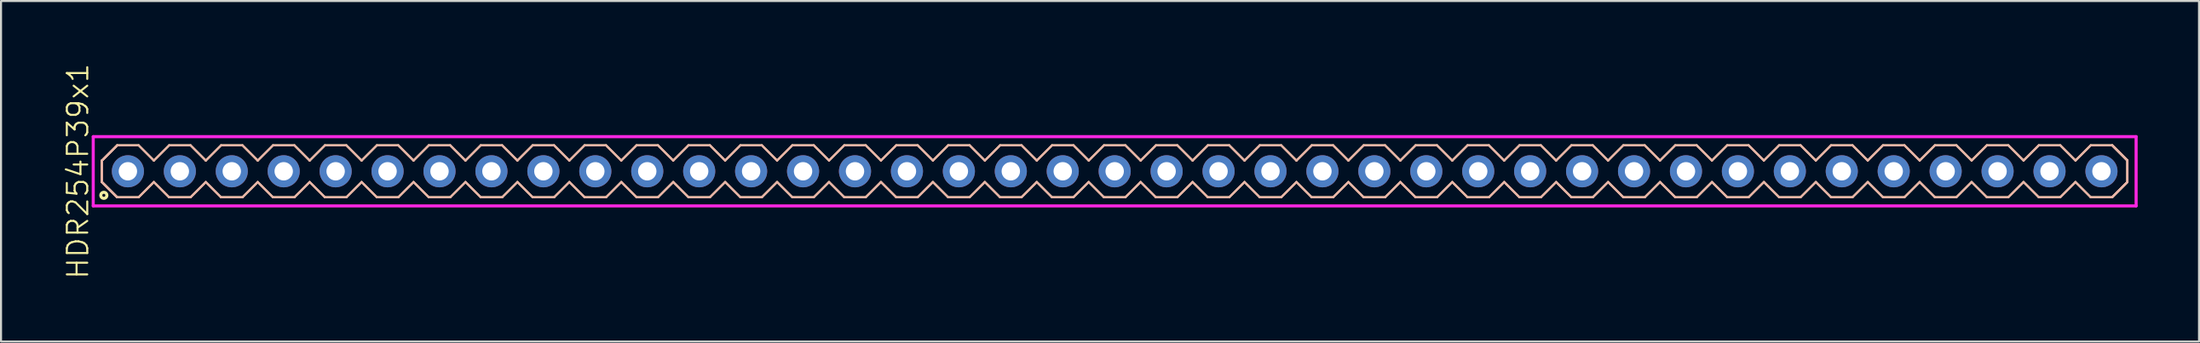
<source format=kicad_pcb>
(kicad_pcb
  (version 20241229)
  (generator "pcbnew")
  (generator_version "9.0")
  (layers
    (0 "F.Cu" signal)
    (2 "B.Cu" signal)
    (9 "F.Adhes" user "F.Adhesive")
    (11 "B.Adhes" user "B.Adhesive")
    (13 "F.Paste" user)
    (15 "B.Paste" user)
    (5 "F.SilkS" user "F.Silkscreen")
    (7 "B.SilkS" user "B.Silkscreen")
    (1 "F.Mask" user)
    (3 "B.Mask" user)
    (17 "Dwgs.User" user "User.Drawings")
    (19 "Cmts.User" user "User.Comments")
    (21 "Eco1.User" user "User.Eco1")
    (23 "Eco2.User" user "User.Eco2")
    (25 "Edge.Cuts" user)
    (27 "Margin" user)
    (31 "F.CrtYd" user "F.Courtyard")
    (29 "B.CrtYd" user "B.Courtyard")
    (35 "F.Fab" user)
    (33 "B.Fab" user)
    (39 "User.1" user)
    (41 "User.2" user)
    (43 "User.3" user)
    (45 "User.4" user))
  (footprint "HDR254P39x1"
    (layer "F.Cu")
    (at 51.465 5.336)
    (property "Reference" "HDR254P39x1" (at -50.705 0 90) (layer "F.SilkS") (effects (font (size 1 1) (thickness 0.1))))
    (attr through_hole)
    (fp_line (start -49.53 -0.526) (end -48.786 -1.27) (stroke (width 0.1) (type solid)) (layer "F.SilkS"))
    (fp_line (start -49.53 -0.526) (end -48.786 -1.27) (stroke (width 0.1) (type solid)) (layer "F.SilkS"))
    (fp_line (start -49.53 0.526) (end -49.53 -0.526) (stroke (width 0.1) (type solid)) (layer "F.SilkS"))
    (fp_line (start -49.53 0.526) (end -49.53 -0.526) (stroke (width 0.1) (type solid)) (layer "F.SilkS"))
    (fp_line (start -48.786 -1.27) (end -47.734 -1.27) (stroke (width 0.1) (type solid)) (layer "F.SilkS"))
    (fp_line (start -48.786 1.27) (end -49.53 0.526) (stroke (width 0.1) (type solid)) (layer "F.SilkS"))
    (fp_line (start -48.786 1.27) (end -49.53 0.526) (stroke (width 0.1) (type solid)) (layer "F.SilkS"))
    (fp_line (start -47.734 -1.27) (end -46.99 -0.526) (stroke (width 0.1) (type solid)) (layer "F.SilkS"))
    (fp_line (start -47.734 1.27) (end -48.786 1.27) (stroke (width 0.1) (type solid)) (layer "F.SilkS"))
    (fp_line (start -46.99 -0.526) (end -46.246 -1.27) (stroke (width 0.1) (type solid)) (layer "F.SilkS"))
    (fp_line (start -46.99 0.526) (end -47.734 1.27) (stroke (width 0.1) (type solid)) (layer "F.SilkS"))
    (fp_line (start -46.246 -1.27) (end -45.194 -1.27) (stroke (width 0.1) (type solid)) (layer "F.SilkS"))
    (fp_line (start -46.246 1.27) (end -46.99 0.526) (stroke (width 0.1) (type solid)) (layer "F.SilkS"))
    (fp_line (start -45.194 -1.27) (end -44.45 -0.526) (stroke (width 0.1) (type solid)) (layer "F.SilkS"))
    (fp_line (start -45.194 1.27) (end -46.246 1.27) (stroke (width 0.1) (type solid)) (layer "F.SilkS"))
    (fp_line (start -44.45 -0.526) (end -43.706 -1.27) (stroke (width 0.1) (type solid)) (layer "F.SilkS"))
    (fp_line (start -44.45 0.526) (end -45.194 1.27) (stroke (width 0.1) (type solid)) (layer "F.SilkS"))
    (fp_line (start -43.706 -1.27) (end -42.654 -1.27) (stroke (width 0.1) (type solid)) (layer "F.SilkS"))
    (fp_line (start -43.706 1.27) (end -44.45 0.526) (stroke (width 0.1) (type solid)) (layer "F.SilkS"))
    (fp_line (start -42.654 -1.27) (end -41.91 -0.526) (stroke (width 0.1) (type solid)) (layer "F.SilkS"))
    (fp_line (start -42.654 1.27) (end -43.706 1.27) (stroke (width 0.1) (type solid)) (layer "F.SilkS"))
    (fp_line (start -41.91 -0.526) (end -41.166 -1.27) (stroke (width 0.1) (type solid)) (layer "F.SilkS"))
    (fp_line (start -41.91 0.526) (end -42.654 1.27) (stroke (width 0.1) (type solid)) (layer "F.SilkS"))
    (fp_line (start -41.166 -1.27) (end -40.114 -1.27) (stroke (width 0.1) (type solid)) (layer "F.SilkS"))
    (fp_line (start -41.166 1.27) (end -41.91 0.526) (stroke (width 0.1) (type solid)) (layer "F.SilkS"))
    (fp_line (start -40.114 -1.27) (end -39.37 -0.526) (stroke (width 0.1) (type solid)) (layer "F.SilkS"))
    (fp_line (start -40.114 1.27) (end -41.166 1.27) (stroke (width 0.1) (type solid)) (layer "F.SilkS"))
    (fp_line (start -39.37 -0.526) (end -38.626 -1.27) (stroke (width 0.1) (type solid)) (layer "F.SilkS"))
    (fp_line (start -39.37 0.526) (end -40.114 1.27) (stroke (width 0.1) (type solid)) (layer "F.SilkS"))
    (fp_line (start -38.626 -1.27) (end -37.574 -1.27) (stroke (width 0.1) (type solid)) (layer "F.SilkS"))
    (fp_line (start -38.626 1.27) (end -39.37 0.526) (stroke (width 0.1) (type solid)) (layer "F.SilkS"))
    (fp_line (start -37.574 -1.27) (end -36.83 -0.526) (stroke (width 0.1) (type solid)) (layer "F.SilkS"))
    (fp_line (start -37.574 1.27) (end -38.626 1.27) (stroke (width 0.1) (type solid)) (layer "F.SilkS"))
    (fp_line (start -36.83 -0.526) (end -36.086 -1.27) (stroke (width 0.1) (type solid)) (layer "F.SilkS"))
    (fp_line (start -36.83 0.526) (end -37.574 1.27) (stroke (width 0.1) (type solid)) (layer "F.SilkS"))
    (fp_line (start -36.086 -1.27) (end -35.034 -1.27) (stroke (width 0.1) (type solid)) (layer "F.SilkS"))
    (fp_line (start -36.086 1.27) (end -36.83 0.526) (stroke (width 0.1) (type solid)) (layer "F.SilkS"))
    (fp_line (start -35.034 -1.27) (end -34.29 -0.526) (stroke (width 0.1) (type solid)) (layer "F.SilkS"))
    (fp_line (start -35.034 1.27) (end -36.086 1.27) (stroke (width 0.1) (type solid)) (layer "F.SilkS"))
    (fp_line (start -34.29 -0.526) (end -33.546 -1.27) (stroke (width 0.1) (type solid)) (layer "F.SilkS"))
    (fp_line (start -34.29 0.526) (end -35.034 1.27) (stroke (width 0.1) (type solid)) (layer "F.SilkS"))
    (fp_line (start -33.546 -1.27) (end -32.494 -1.27) (stroke (width 0.1) (type solid)) (layer "F.SilkS"))
    (fp_line (start -33.546 1.27) (end -34.29 0.526) (stroke (width 0.1) (type solid)) (layer "F.SilkS"))
    (fp_line (start -32.494 -1.27) (end -31.75 -0.526) (stroke (width 0.1) (type solid)) (layer "F.SilkS"))
    (fp_line (start -32.494 1.27) (end -33.546 1.27) (stroke (width 0.1) (type solid)) (layer "F.SilkS"))
    (fp_line (start -31.75 -0.526) (end -31.006 -1.27) (stroke (width 0.1) (type solid)) (layer "F.SilkS"))
    (fp_line (start -31.75 0.526) (end -32.494 1.27) (stroke (width 0.1) (type solid)) (layer "F.SilkS"))
    (fp_line (start -31.006 -1.27) (end -29.954 -1.27) (stroke (width 0.1) (type solid)) (layer "F.SilkS"))
    (fp_line (start -31.006 1.27) (end -31.75 0.526) (stroke (width 0.1) (type solid)) (layer "F.SilkS"))
    (fp_line (start -29.954 -1.27) (end -29.21 -0.526) (stroke (width 0.1) (type solid)) (layer "F.SilkS"))
    (fp_line (start -29.954 1.27) (end -31.006 1.27) (stroke (width 0.1) (type solid)) (layer "F.SilkS"))
    (fp_line (start -29.21 -0.526) (end -28.466 -1.27) (stroke (width 0.1) (type solid)) (layer "F.SilkS"))
    (fp_line (start -29.21 0.526) (end -29.954 1.27) (stroke (width 0.1) (type solid)) (layer "F.SilkS"))
    (fp_line (start -28.466 -1.27) (end -27.414 -1.27) (stroke (width 0.1) (type solid)) (layer "F.SilkS"))
    (fp_line (start -28.466 1.27) (end -29.21 0.526) (stroke (width 0.1) (type solid)) (layer "F.SilkS"))
    (fp_line (start -27.414 -1.27) (end -26.67 -0.526) (stroke (width 0.1) (type solid)) (layer "F.SilkS"))
    (fp_line (start -27.414 1.27) (end -28.466 1.27) (stroke (width 0.1) (type solid)) (layer "F.SilkS"))
    (fp_line (start -26.67 -0.526) (end -25.926 -1.27) (stroke (width 0.1) (type solid)) (layer "F.SilkS"))
    (fp_line (start -26.67 0.526) (end -27.414 1.27) (stroke (width 0.1) (type solid)) (layer "F.SilkS"))
    (fp_line (start -25.926 -1.27) (end -24.874 -1.27) (stroke (width 0.1) (type solid)) (layer "F.SilkS"))
    (fp_line (start -25.926 1.27) (end -26.67 0.526) (stroke (width 0.1) (type solid)) (layer "F.SilkS"))
    (fp_line (start -24.874 -1.27) (end -24.13 -0.526) (stroke (width 0.1) (type solid)) (layer "F.SilkS"))
    (fp_line (start -24.874 1.27) (end -25.926 1.27) (stroke (width 0.1) (type solid)) (layer "F.SilkS"))
    (fp_line (start -24.13 -0.526) (end -23.386 -1.27) (stroke (width 0.1) (type solid)) (layer "F.SilkS"))
    (fp_line (start -24.13 0.526) (end -24.874 1.27) (stroke (width 0.1) (type solid)) (layer "F.SilkS"))
    (fp_line (start -23.386 -1.27) (end -22.334 -1.27) (stroke (width 0.1) (type solid)) (layer "F.SilkS"))
    (fp_line (start -23.386 1.27) (end -24.13 0.526) (stroke (width 0.1) (type solid)) (layer "F.SilkS"))
    (fp_line (start -22.334 -1.27) (end -21.59 -0.526) (stroke (width 0.1) (type solid)) (layer "F.SilkS"))
    (fp_line (start -22.334 1.27) (end -23.386 1.27) (stroke (width 0.1) (type solid)) (layer "F.SilkS"))
    (fp_line (start -21.59 -0.526) (end -20.846 -1.27) (stroke (width 0.1) (type solid)) (layer "F.SilkS"))
    (fp_line (start -21.59 0.526) (end -22.334 1.27) (stroke (width 0.1) (type solid)) (layer "F.SilkS"))
    (fp_line (start -20.846 -1.27) (end -19.794 -1.27) (stroke (width 0.1) (type solid)) (layer "F.SilkS"))
    (fp_line (start -20.846 1.27) (end -21.59 0.526) (stroke (width 0.1) (type solid)) (layer "F.SilkS"))
    (fp_line (start -19.794 -1.27) (end -19.05 -0.526) (stroke (width 0.1) (type solid)) (layer "F.SilkS"))
    (fp_line (start -19.794 1.27) (end -20.846 1.27) (stroke (width 0.1) (type solid)) (layer "F.SilkS"))
    (fp_line (start -19.05 -0.526) (end -18.306 -1.27) (stroke (width 0.1) (type solid)) (layer "F.SilkS"))
    (fp_line (start -19.05 0.526) (end -19.794 1.27) (stroke (width 0.1) (type solid)) (layer "F.SilkS"))
    (fp_line (start -18.306 -1.27) (end -17.254 -1.27) (stroke (width 0.1) (type solid)) (layer "F.SilkS"))
    (fp_line (start -18.306 1.27) (end -19.05 0.526) (stroke (width 0.1) (type solid)) (layer "F.SilkS"))
    (fp_line (start -17.254 -1.27) (end -16.51 -0.526) (stroke (width 0.1) (type solid)) (layer "F.SilkS"))
    (fp_line (start -17.254 1.27) (end -18.306 1.27) (stroke (width 0.1) (type solid)) (layer "F.SilkS"))
    (fp_line (start -16.51 -0.526) (end -15.766 -1.27) (stroke (width 0.1) (type solid)) (layer "F.SilkS"))
    (fp_line (start -16.51 0.526) (end -17.254 1.27) (stroke (width 0.1) (type solid)) (layer "F.SilkS"))
    (fp_line (start -15.766 -1.27) (end -14.714 -1.27) (stroke (width 0.1) (type solid)) (layer "F.SilkS"))
    (fp_line (start -15.766 1.27) (end -16.51 0.526) (stroke (width 0.1) (type solid)) (layer "F.SilkS"))
    (fp_line (start -14.714 -1.27) (end -13.97 -0.526) (stroke (width 0.1) (type solid)) (layer "F.SilkS"))
    (fp_line (start -14.714 1.27) (end -15.766 1.27) (stroke (width 0.1) (type solid)) (layer "F.SilkS"))
    (fp_line (start -13.97 -0.526) (end -13.226 -1.27) (stroke (width 0.1) (type solid)) (layer "F.SilkS"))
    (fp_line (start -13.97 0.526) (end -14.714 1.27) (stroke (width 0.1) (type solid)) (layer "F.SilkS"))
    (fp_line (start -13.226 -1.27) (end -12.174 -1.27) (stroke (width 0.1) (type solid)) (layer "F.SilkS"))
    (fp_line (start -13.226 1.27) (end -13.97 0.526) (stroke (width 0.1) (type solid)) (layer "F.SilkS"))
    (fp_line (start -12.174 -1.27) (end -11.43 -0.526) (stroke (width 0.1) (type solid)) (layer "F.SilkS"))
    (fp_line (start -12.174 1.27) (end -13.226 1.27) (stroke (width 0.1) (type solid)) (layer "F.SilkS"))
    (fp_line (start -11.43 -0.526) (end -10.686 -1.27) (stroke (width 0.1) (type solid)) (layer "F.SilkS"))
    (fp_line (start -11.43 0.526) (end -12.174 1.27) (stroke (width 0.1) (type solid)) (layer "F.SilkS"))
    (fp_line (start -10.686 -1.27) (end -9.634 -1.27) (stroke (width 0.1) (type solid)) (layer "F.SilkS"))
    (fp_line (start -10.686 1.27) (end -11.43 0.526) (stroke (width 0.1) (type solid)) (layer "F.SilkS"))
    (fp_line (start -9.634 -1.27) (end -8.89 -0.526) (stroke (width 0.1) (type solid)) (layer "F.SilkS"))
    (fp_line (start -9.634 1.27) (end -10.686 1.27) (stroke (width 0.1) (type solid)) (layer "F.SilkS"))
    (fp_line (start -8.89 -0.526) (end -8.146 -1.27) (stroke (width 0.1) (type solid)) (layer "F.SilkS"))
    (fp_line (start -8.89 0.526) (end -9.634 1.27) (stroke (width 0.1) (type solid)) (layer "F.SilkS"))
    (fp_line (start -8.146 -1.27) (end -7.094 -1.27) (stroke (width 0.1) (type solid)) (layer "F.SilkS"))
    (fp_line (start -8.146 1.27) (end -8.89 0.526) (stroke (width 0.1) (type solid)) (layer "F.SilkS"))
    (fp_line (start -7.094 -1.27) (end -6.35 -0.526) (stroke (width 0.1) (type solid)) (layer "F.SilkS"))
    (fp_line (start -7.094 1.27) (end -8.146 1.27) (stroke (width 0.1) (type solid)) (layer "F.SilkS"))
    (fp_line (start -6.35 -0.526) (end -5.606 -1.27) (stroke (width 0.1) (type solid)) (layer "F.SilkS"))
    (fp_line (start -6.35 0.526) (end -7.094 1.27) (stroke (width 0.1) (type solid)) (layer "F.SilkS"))
    (fp_line (start -5.606 -1.27) (end -4.554 -1.27) (stroke (width 0.1) (type solid)) (layer "F.SilkS"))
    (fp_line (start -5.606 1.27) (end -6.35 0.526) (stroke (width 0.1) (type solid)) (layer "F.SilkS"))
    (fp_line (start -4.554 -1.27) (end -3.81 -0.526) (stroke (width 0.1) (type solid)) (layer "F.SilkS"))
    (fp_line (start -4.554 1.27) (end -5.606 1.27) (stroke (width 0.1) (type solid)) (layer "F.SilkS"))
    (fp_line (start -3.81 -0.526) (end -3.066 -1.27) (stroke (width 0.1) (type solid)) (layer "F.SilkS"))
    (fp_line (start -3.81 0.526) (end -4.554 1.27) (stroke (width 0.1) (type solid)) (layer "F.SilkS"))
    (fp_line (start -3.066 -1.27) (end -2.014 -1.27) (stroke (width 0.1) (type solid)) (layer "F.SilkS"))
    (fp_line (start -3.066 1.27) (end -3.81 0.526) (stroke (width 0.1) (type solid)) (layer "F.SilkS"))
    (fp_line (start -2.014 -1.27) (end -1.27 -0.526) (stroke (width 0.1) (type solid)) (layer "F.SilkS"))
    (fp_line (start -2.014 1.27) (end -3.066 1.27) (stroke (width 0.1) (type solid)) (layer "F.SilkS"))
    (fp_line (start -1.27 -0.526) (end -0.526 -1.27) (stroke (width 0.1) (type solid)) (layer "F.SilkS"))
    (fp_line (start -1.27 0.526) (end -2.014 1.27) (stroke (width 0.1) (type solid)) (layer "F.SilkS"))
    (fp_line (start -0.526 -1.27) (end 0.526 -1.27) (stroke (width 0.1) (type solid)) (layer "F.SilkS"))
    (fp_line (start -0.526 1.27) (end -1.27 0.526) (stroke (width 0.1) (type solid)) (layer "F.SilkS"))
    (fp_line (start 0.526 -1.27) (end 1.27 -0.526) (stroke (width 0.1) (type solid)) (layer "F.SilkS"))
    (fp_line (start 0.526 1.27) (end -0.526 1.27) (stroke (width 0.1) (type solid)) (layer "F.SilkS"))
    (fp_line (start 1.27 -0.526) (end 2.014 -1.27) (stroke (width 0.1) (type solid)) (layer "F.SilkS"))
    (fp_line (start 1.27 0.526) (end 0.526 1.27) (stroke (width 0.1) (type solid)) (layer "F.SilkS"))
    (fp_line (start 2.014 -1.27) (end 3.066 -1.27) (stroke (width 0.1) (type solid)) (layer "F.SilkS"))
    (fp_line (start 2.014 1.27) (end 1.27 0.526) (stroke (width 0.1) (type solid)) (layer "F.SilkS"))
    (fp_line (start 3.066 -1.27) (end 3.81 -0.526) (stroke (width 0.1) (type solid)) (layer "F.SilkS"))
    (fp_line (start 3.066 1.27) (end 2.014 1.27) (stroke (width 0.1) (type solid)) (layer "F.SilkS"))
    (fp_line (start 3.81 -0.526) (end 4.554 -1.27) (stroke (width 0.1) (type solid)) (layer "F.SilkS"))
    (fp_line (start 3.81 0.526) (end 3.066 1.27) (stroke (width 0.1) (type solid)) (layer "F.SilkS"))
    (fp_line (start 4.554 -1.27) (end 5.606 -1.27) (stroke (width 0.1) (type solid)) (layer "F.SilkS"))
    (fp_line (start 4.554 1.27) (end 3.81 0.526) (stroke (width 0.1) (type solid)) (layer "F.SilkS"))
    (fp_line (start 5.606 -1.27) (end 6.35 -0.526) (stroke (width 0.1) (type solid)) (layer "F.SilkS"))
    (fp_line (start 5.606 1.27) (end 4.554 1.27) (stroke (width 0.1) (type solid)) (layer "F.SilkS"))
    (fp_line (start 6.35 -0.526) (end 7.094 -1.27) (stroke (width 0.1) (type solid)) (layer "F.SilkS"))
    (fp_line (start 6.35 0.526) (end 5.606 1.27) (stroke (width 0.1) (type solid)) (layer "F.SilkS"))
    (fp_line (start 7.094 -1.27) (end 8.146 -1.27) (stroke (width 0.1) (type solid)) (layer "F.SilkS"))
    (fp_line (start 7.094 1.27) (end 6.35 0.526) (stroke (width 0.1) (type solid)) (layer "F.SilkS"))
    (fp_line (start 8.146 -1.27) (end 8.89 -0.526) (stroke (width 0.1) (type solid)) (layer "F.SilkS"))
    (fp_line (start 8.146 1.27) (end 7.094 1.27) (stroke (width 0.1) (type solid)) (layer "F.SilkS"))
    (fp_line (start 8.89 -0.526) (end 9.634 -1.27) (stroke (width 0.1) (type solid)) (layer "F.SilkS"))
    (fp_line (start 8.89 0.526) (end 8.146 1.27) (stroke (width 0.1) (type solid)) (layer "F.SilkS"))
    (fp_line (start 9.634 -1.27) (end 10.686 -1.27) (stroke (width 0.1) (type solid)) (layer "F.SilkS"))
    (fp_line (start 9.634 1.27) (end 8.89 0.526) (stroke (width 0.1) (type solid)) (layer "F.SilkS"))
    (fp_line (start 10.686 -1.27) (end 11.43 -0.526) (stroke (width 0.1) (type solid)) (layer "F.SilkS"))
    (fp_line (start 10.686 1.27) (end 9.634 1.27) (stroke (width 0.1) (type solid)) (layer "F.SilkS"))
    (fp_line (start 11.43 -0.526) (end 12.174 -1.27) (stroke (width 0.1) (type solid)) (layer "F.SilkS"))
    (fp_line (start 11.43 0.526) (end 10.686 1.27) (stroke (width 0.1) (type solid)) (layer "F.SilkS"))
    (fp_line (start 12.174 -1.27) (end 13.226 -1.27) (stroke (width 0.1) (type solid)) (layer "F.SilkS"))
    (fp_line (start 12.174 1.27) (end 11.43 0.526) (stroke (width 0.1) (type solid)) (layer "F.SilkS"))
    (fp_line (start 13.226 -1.27) (end 13.97 -0.526) (stroke (width 0.1) (type solid)) (layer "F.SilkS"))
    (fp_line (start 13.226 1.27) (end 12.174 1.27) (stroke (width 0.1) (type solid)) (layer "F.SilkS"))
    (fp_line (start 13.97 -0.526) (end 14.714 -1.27) (stroke (width 0.1) (type solid)) (layer "F.SilkS"))
    (fp_line (start 13.97 0.526) (end 13.226 1.27) (stroke (width 0.1) (type solid)) (layer "F.SilkS"))
    (fp_line (start 14.714 -1.27) (end 15.766 -1.27) (stroke (width 0.1) (type solid)) (layer "F.SilkS"))
    (fp_line (start 14.714 1.27) (end 13.97 0.526) (stroke (width 0.1) (type solid)) (layer "F.SilkS"))
    (fp_line (start 15.766 -1.27) (end 16.51 -0.526) (stroke (width 0.1) (type solid)) (layer "F.SilkS"))
    (fp_line (start 15.766 1.27) (end 14.714 1.27) (stroke (width 0.1) (type solid)) (layer "F.SilkS"))
    (fp_line (start 16.51 -0.526) (end 17.254 -1.27) (stroke (width 0.1) (type solid)) (layer "F.SilkS"))
    (fp_line (start 16.51 0.526) (end 15.766 1.27) (stroke (width 0.1) (type solid)) (layer "F.SilkS"))
    (fp_line (start 17.254 -1.27) (end 18.306 -1.27) (stroke (width 0.1) (type solid)) (layer "F.SilkS"))
    (fp_line (start 17.254 1.27) (end 16.51 0.526) (stroke (width 0.1) (type solid)) (layer "F.SilkS"))
    (fp_line (start 18.306 -1.27) (end 19.05 -0.526) (stroke (width 0.1) (type solid)) (layer "F.SilkS"))
    (fp_line (start 18.306 1.27) (end 17.254 1.27) (stroke (width 0.1) (type solid)) (layer "F.SilkS"))
    (fp_line (start 19.05 -0.526) (end 19.794 -1.27) (stroke (width 0.1) (type solid)) (layer "F.SilkS"))
    (fp_line (start 19.05 0.526) (end 18.306 1.27) (stroke (width 0.1) (type solid)) (layer "F.SilkS"))
    (fp_line (start 19.794 -1.27) (end 20.846 -1.27) (stroke (width 0.1) (type solid)) (layer "F.SilkS"))
    (fp_line (start 19.794 1.27) (end 19.05 0.526) (stroke (width 0.1) (type solid)) (layer "F.SilkS"))
    (fp_line (start 20.846 -1.27) (end 21.59 -0.526) (stroke (width 0.1) (type solid)) (layer "F.SilkS"))
    (fp_line (start 20.846 1.27) (end 19.794 1.27) (stroke (width 0.1) (type solid)) (layer "F.SilkS"))
    (fp_line (start 21.59 -0.526) (end 22.334 -1.27) (stroke (width 0.1) (type solid)) (layer "F.SilkS"))
    (fp_line (start 21.59 0.526) (end 20.846 1.27) (stroke (width 0.1) (type solid)) (layer "F.SilkS"))
    (fp_line (start 22.334 -1.27) (end 23.386 -1.27) (stroke (width 0.1) (type solid)) (layer "F.SilkS"))
    (fp_line (start 22.334 1.27) (end 21.59 0.526) (stroke (width 0.1) (type solid)) (layer "F.SilkS"))
    (fp_line (start 23.386 -1.27) (end 24.13 -0.526) (stroke (width 0.1) (type solid)) (layer "F.SilkS"))
    (fp_line (start 23.386 1.27) (end 22.334 1.27) (stroke (width 0.1) (type solid)) (layer "F.SilkS"))
    (fp_line (start 24.13 -0.526) (end 24.874 -1.27) (stroke (width 0.1) (type solid)) (layer "F.SilkS"))
    (fp_line (start 24.13 0.526) (end 23.386 1.27) (stroke (width 0.1) (type solid)) (layer "F.SilkS"))
    (fp_line (start 24.874 -1.27) (end 25.926 -1.27) (stroke (width 0.1) (type solid)) (layer "F.SilkS"))
    (fp_line (start 24.874 1.27) (end 24.13 0.526) (stroke (width 0.1) (type solid)) (layer "F.SilkS"))
    (fp_line (start 25.926 -1.27) (end 26.67 -0.526) (stroke (width 0.1) (type solid)) (layer "F.SilkS"))
    (fp_line (start 25.926 1.27) (end 24.874 1.27) (stroke (width 0.1) (type solid)) (layer "F.SilkS"))
    (fp_line (start 26.67 -0.526) (end 27.414 -1.27) (stroke (width 0.1) (type solid)) (layer "F.SilkS"))
    (fp_line (start 26.67 0.526) (end 25.926 1.27) (stroke (width 0.1) (type solid)) (layer "F.SilkS"))
    (fp_line (start 27.414 -1.27) (end 28.466 -1.27) (stroke (width 0.1) (type solid)) (layer "F.SilkS"))
    (fp_line (start 27.414 1.27) (end 26.67 0.526) (stroke (width 0.1) (type solid)) (layer "F.SilkS"))
    (fp_line (start 28.466 -1.27) (end 29.21 -0.526) (stroke (width 0.1) (type solid)) (layer "F.SilkS"))
    (fp_line (start 28.466 1.27) (end 27.414 1.27) (stroke (width 0.1) (type solid)) (layer "F.SilkS"))
    (fp_line (start 29.21 -0.526) (end 29.954 -1.27) (stroke (width 0.1) (type solid)) (layer "F.SilkS"))
    (fp_line (start 29.21 0.526) (end 28.466 1.27) (stroke (width 0.1) (type solid)) (layer "F.SilkS"))
    (fp_line (start 29.954 -1.27) (end 31.006 -1.27) (stroke (width 0.1) (type solid)) (layer "F.SilkS"))
    (fp_line (start 29.954 1.27) (end 29.21 0.526) (stroke (width 0.1) (type solid)) (layer "F.SilkS"))
    (fp_line (start 31.006 -1.27) (end 31.75 -0.526) (stroke (width 0.1) (type solid)) (layer "F.SilkS"))
    (fp_line (start 31.006 1.27) (end 29.954 1.27) (stroke (width 0.1) (type solid)) (layer "F.SilkS"))
    (fp_line (start 31.75 -0.526) (end 32.494 -1.27) (stroke (width 0.1) (type solid)) (layer "F.SilkS"))
    (fp_line (start 31.75 0.526) (end 31.006 1.27) (stroke (width 0.1) (type solid)) (layer "F.SilkS"))
    (fp_line (start 32.494 -1.27) (end 33.546 -1.27) (stroke (width 0.1) (type solid)) (layer "F.SilkS"))
    (fp_line (start 32.494 1.27) (end 31.75 0.526) (stroke (width 0.1) (type solid)) (layer "F.SilkS"))
    (fp_line (start 33.546 -1.27) (end 34.29 -0.526) (stroke (width 0.1) (type solid)) (layer "F.SilkS"))
    (fp_line (start 33.546 1.27) (end 32.494 1.27) (stroke (width 0.1) (type solid)) (layer "F.SilkS"))
    (fp_line (start 34.29 -0.526) (end 35.034 -1.27) (stroke (width 0.1) (type solid)) (layer "F.SilkS"))
    (fp_line (start 34.29 0.526) (end 33.546 1.27) (stroke (width 0.1) (type solid)) (layer "F.SilkS"))
    (fp_line (start 35.034 -1.27) (end 36.086 -1.27) (stroke (width 0.1) (type solid)) (layer "F.SilkS"))
    (fp_line (start 35.034 1.27) (end 34.29 0.526) (stroke (width 0.1) (type solid)) (layer "F.SilkS"))
    (fp_line (start 36.086 -1.27) (end 36.83 -0.526) (stroke (width 0.1) (type solid)) (layer "F.SilkS"))
    (fp_line (start 36.086 1.27) (end 35.034 1.27) (stroke (width 0.1) (type solid)) (layer "F.SilkS"))
    (fp_line (start 36.83 -0.526) (end 37.574 -1.27) (stroke (width 0.1) (type solid)) (layer "F.SilkS"))
    (fp_line (start 36.83 0.526) (end 36.086 1.27) (stroke (width 0.1) (type solid)) (layer "F.SilkS"))
    (fp_line (start 37.574 -1.27) (end 38.626 -1.27) (stroke (width 0.1) (type solid)) (layer "F.SilkS"))
    (fp_line (start 37.574 1.27) (end 36.83 0.526) (stroke (width 0.1) (type solid)) (layer "F.SilkS"))
    (fp_line (start 38.626 -1.27) (end 39.37 -0.526) (stroke (width 0.1) (type solid)) (layer "F.SilkS"))
    (fp_line (start 38.626 1.27) (end 37.574 1.27) (stroke (width 0.1) (type solid)) (layer "F.SilkS"))
    (fp_line (start 39.37 -0.526) (end 40.114 -1.27) (stroke (width 0.1) (type solid)) (layer "F.SilkS"))
    (fp_line (start 39.37 0.526) (end 38.626 1.27) (stroke (width 0.1) (type solid)) (layer "F.SilkS"))
    (fp_line (start 40.114 -1.27) (end 41.166 -1.27) (stroke (width 0.1) (type solid)) (layer "F.SilkS"))
    (fp_line (start 40.114 1.27) (end 39.37 0.526) (stroke (width 0.1) (type solid)) (layer "F.SilkS"))
    (fp_line (start 41.166 -1.27) (end 41.91 -0.526) (stroke (width 0.1) (type solid)) (layer "F.SilkS"))
    (fp_line (start 41.166 1.27) (end 40.114 1.27) (stroke (width 0.1) (type solid)) (layer "F.SilkS"))
    (fp_line (start 41.91 -0.526) (end 42.654 -1.27) (stroke (width 0.1) (type solid)) (layer "F.SilkS"))
    (fp_line (start 41.91 0.526) (end 41.166 1.27) (stroke (width 0.1) (type solid)) (layer "F.SilkS"))
    (fp_line (start 42.654 -1.27) (end 43.706 -1.27) (stroke (width 0.1) (type solid)) (layer "F.SilkS"))
    (fp_line (start 42.654 1.27) (end 41.91 0.526) (stroke (width 0.1) (type solid)) (layer "F.SilkS"))
    (fp_line (start 43.706 -1.27) (end 44.45 -0.526) (stroke (width 0.1) (type solid)) (layer "F.SilkS"))
    (fp_line (start 43.706 1.27) (end 42.654 1.27) (stroke (width 0.1) (type solid)) (layer "F.SilkS"))
    (fp_line (start 44.45 -0.526) (end 45.194 -1.27) (stroke (width 0.1) (type solid)) (layer "F.SilkS"))
    (fp_line (start 44.45 0.526) (end 43.706 1.27) (stroke (width 0.1) (type solid)) (layer "F.SilkS"))
    (fp_line (start 45.194 -1.27) (end 46.246 -1.27) (stroke (width 0.1) (type solid)) (layer "F.SilkS"))
    (fp_line (start 45.194 1.27) (end 44.45 0.526) (stroke (width 0.1) (type solid)) (layer "F.SilkS"))
    (fp_line (start 46.246 -1.27) (end 46.99 -0.526) (stroke (width 0.1) (type solid)) (layer "F.SilkS"))
    (fp_line (start 46.246 1.27) (end 45.194 1.27) (stroke (width 0.1) (type solid)) (layer "F.SilkS"))
    (fp_line (start 46.99 -0.526) (end 47.734 -1.27) (stroke (width 0.1) (type solid)) (layer "F.SilkS"))
    (fp_line (start 46.99 0.526) (end 46.246 1.27) (stroke (width 0.1) (type solid)) (layer "F.SilkS"))
    (fp_line (start 47.734 -1.27) (end 48.786 -1.27) (stroke (width 0.1) (type solid)) (layer "F.SilkS"))
    (fp_line (start 47.734 1.27) (end 46.99 0.526) (stroke (width 0.1) (type solid)) (layer "F.SilkS"))
    (fp_line (start 48.786 -1.27) (end 49.53 -0.526) (stroke (width 0.1) (type solid)) (layer "F.SilkS"))
    (fp_line (start 48.786 -1.27) (end 49.53 -0.526) (stroke (width 0.1) (type solid)) (layer "F.SilkS"))
    (fp_line (start 48.786 1.27) (end 47.734 1.27) (stroke (width 0.1) (type solid)) (layer "F.SilkS"))
    (fp_line (start 49.53 -0.526) (end 49.53 0.526) (stroke (width 0.1) (type solid)) (layer "F.SilkS"))
    (fp_line (start 49.53 -0.526) (end 49.53 0.526) (stroke (width 0.1) (type solid)) (layer "F.SilkS"))
    (fp_line (start 49.53 0.526) (end 48.786 1.27) (stroke (width 0.1) (type solid)) (layer "F.SilkS"))
    (fp_line (start 49.53 0.526) (end 48.786 1.27) (stroke (width 0.1) (type solid)) (layer "F.SilkS"))
    (fp_circle (center -49.437 1.177) (end -49.287 1.177) (stroke (width 0.15) (type solid)) (fill no) (layer "F.SilkS"))
    (fp_line (start -49.53 -0.526) (end -48.786 -1.27) (stroke (width 0.1) (type solid)) (layer "B.SilkS"))
    (fp_line (start -49.53 -0.526) (end -48.786 -1.27) (stroke (width 0.1) (type solid)) (layer "B.SilkS"))
    (fp_line (start -49.53 0.526) (end -49.53 -0.526) (stroke (width 0.1) (type solid)) (layer "B.SilkS"))
    (fp_line (start -49.53 0.526) (end -49.53 -0.526) (stroke (width 0.1) (type solid)) (layer "B.SilkS"))
    (fp_line (start -48.786 -1.27) (end -47.734 -1.27) (stroke (width 0.1) (type solid)) (layer "B.SilkS"))
    (fp_line (start -48.786 1.27) (end -49.53 0.526) (stroke (width 0.1) (type solid)) (layer "B.SilkS"))
    (fp_line (start -48.786 1.27) (end -49.53 0.526) (stroke (width 0.1) (type solid)) (layer "B.SilkS"))
    (fp_line (start -47.734 -1.27) (end -46.99 -0.526) (stroke (width 0.1) (type solid)) (layer "B.SilkS"))
    (fp_line (start -47.734 1.27) (end -48.786 1.27) (stroke (width 0.1) (type solid)) (layer "B.SilkS"))
    (fp_line (start -46.99 -0.526) (end -46.246 -1.27) (stroke (width 0.1) (type solid)) (layer "B.SilkS"))
    (fp_line (start -46.99 0.526) (end -47.734 1.27) (stroke (width 0.1) (type solid)) (layer "B.SilkS"))
    (fp_line (start -46.246 -1.27) (end -45.194 -1.27) (stroke (width 0.1) (type solid)) (layer "B.SilkS"))
    (fp_line (start -46.246 1.27) (end -46.99 0.526) (stroke (width 0.1) (type solid)) (layer "B.SilkS"))
    (fp_line (start -45.194 -1.27) (end -44.45 -0.526) (stroke (width 0.1) (type solid)) (layer "B.SilkS"))
    (fp_line (start -45.194 1.27) (end -46.246 1.27) (stroke (width 0.1) (type solid)) (layer "B.SilkS"))
    (fp_line (start -44.45 -0.526) (end -43.706 -1.27) (stroke (width 0.1) (type solid)) (layer "B.SilkS"))
    (fp_line (start -44.45 0.526) (end -45.194 1.27) (stroke (width 0.1) (type solid)) (layer "B.SilkS"))
    (fp_line (start -43.706 -1.27) (end -42.654 -1.27) (stroke (width 0.1) (type solid)) (layer "B.SilkS"))
    (fp_line (start -43.706 1.27) (end -44.45 0.526) (stroke (width 0.1) (type solid)) (layer "B.SilkS"))
    (fp_line (start -42.654 -1.27) (end -41.91 -0.526) (stroke (width 0.1) (type solid)) (layer "B.SilkS"))
    (fp_line (start -42.654 1.27) (end -43.706 1.27) (stroke (width 0.1) (type solid)) (layer "B.SilkS"))
    (fp_line (start -41.91 -0.526) (end -41.166 -1.27) (stroke (width 0.1) (type solid)) (layer "B.SilkS"))
    (fp_line (start -41.91 0.526) (end -42.654 1.27) (stroke (width 0.1) (type solid)) (layer "B.SilkS"))
    (fp_line (start -41.166 -1.27) (end -40.114 -1.27) (stroke (width 0.1) (type solid)) (layer "B.SilkS"))
    (fp_line (start -41.166 1.27) (end -41.91 0.526) (stroke (width 0.1) (type solid)) (layer "B.SilkS"))
    (fp_line (start -40.114 -1.27) (end -39.37 -0.526) (stroke (width 0.1) (type solid)) (layer "B.SilkS"))
    (fp_line (start -40.114 1.27) (end -41.166 1.27) (stroke (width 0.1) (type solid)) (layer "B.SilkS"))
    (fp_line (start -39.37 -0.526) (end -38.626 -1.27) (stroke (width 0.1) (type solid)) (layer "B.SilkS"))
    (fp_line (start -39.37 0.526) (end -40.114 1.27) (stroke (width 0.1) (type solid)) (layer "B.SilkS"))
    (fp_line (start -38.626 -1.27) (end -37.574 -1.27) (stroke (width 0.1) (type solid)) (layer "B.SilkS"))
    (fp_line (start -38.626 1.27) (end -39.37 0.526) (stroke (width 0.1) (type solid)) (layer "B.SilkS"))
    (fp_line (start -37.574 -1.27) (end -36.83 -0.526) (stroke (width 0.1) (type solid)) (layer "B.SilkS"))
    (fp_line (start -37.574 1.27) (end -38.626 1.27) (stroke (width 0.1) (type solid)) (layer "B.SilkS"))
    (fp_line (start -36.83 -0.526) (end -36.086 -1.27) (stroke (width 0.1) (type solid)) (layer "B.SilkS"))
    (fp_line (start -36.83 0.526) (end -37.574 1.27) (stroke (width 0.1) (type solid)) (layer "B.SilkS"))
    (fp_line (start -36.086 -1.27) (end -35.034 -1.27) (stroke (width 0.1) (type solid)) (layer "B.SilkS"))
    (fp_line (start -36.086 1.27) (end -36.83 0.526) (stroke (width 0.1) (type solid)) (layer "B.SilkS"))
    (fp_line (start -35.034 -1.27) (end -34.29 -0.526) (stroke (width 0.1) (type solid)) (layer "B.SilkS"))
    (fp_line (start -35.034 1.27) (end -36.086 1.27) (stroke (width 0.1) (type solid)) (layer "B.SilkS"))
    (fp_line (start -34.29 -0.526) (end -33.546 -1.27) (stroke (width 0.1) (type solid)) (layer "B.SilkS"))
    (fp_line (start -34.29 0.526) (end -35.034 1.27) (stroke (width 0.1) (type solid)) (layer "B.SilkS"))
    (fp_line (start -33.546 -1.27) (end -32.494 -1.27) (stroke (width 0.1) (type solid)) (layer "B.SilkS"))
    (fp_line (start -33.546 1.27) (end -34.29 0.526) (stroke (width 0.1) (type solid)) (layer "B.SilkS"))
    (fp_line (start -32.494 -1.27) (end -31.75 -0.526) (stroke (width 0.1) (type solid)) (layer "B.SilkS"))
    (fp_line (start -32.494 1.27) (end -33.546 1.27) (stroke (width 0.1) (type solid)) (layer "B.SilkS"))
    (fp_line (start -31.75 -0.526) (end -31.006 -1.27) (stroke (width 0.1) (type solid)) (layer "B.SilkS"))
    (fp_line (start -31.75 0.526) (end -32.494 1.27) (stroke (width 0.1) (type solid)) (layer "B.SilkS"))
    (fp_line (start -31.006 -1.27) (end -29.954 -1.27) (stroke (width 0.1) (type solid)) (layer "B.SilkS"))
    (fp_line (start -31.006 1.27) (end -31.75 0.526) (stroke (width 0.1) (type solid)) (layer "B.SilkS"))
    (fp_line (start -29.954 -1.27) (end -29.21 -0.526) (stroke (width 0.1) (type solid)) (layer "B.SilkS"))
    (fp_line (start -29.954 1.27) (end -31.006 1.27) (stroke (width 0.1) (type solid)) (layer "B.SilkS"))
    (fp_line (start -29.21 -0.526) (end -28.466 -1.27) (stroke (width 0.1) (type solid)) (layer "B.SilkS"))
    (fp_line (start -29.21 0.526) (end -29.954 1.27) (stroke (width 0.1) (type solid)) (layer "B.SilkS"))
    (fp_line (start -28.466 -1.27) (end -27.414 -1.27) (stroke (width 0.1) (type solid)) (layer "B.SilkS"))
    (fp_line (start -28.466 1.27) (end -29.21 0.526) (stroke (width 0.1) (type solid)) (layer "B.SilkS"))
    (fp_line (start -27.414 -1.27) (end -26.67 -0.526) (stroke (width 0.1) (type solid)) (layer "B.SilkS"))
    (fp_line (start -27.414 1.27) (end -28.466 1.27) (stroke (width 0.1) (type solid)) (layer "B.SilkS"))
    (fp_line (start -26.67 -0.526) (end -25.926 -1.27) (stroke (width 0.1) (type solid)) (layer "B.SilkS"))
    (fp_line (start -26.67 0.526) (end -27.414 1.27) (stroke (width 0.1) (type solid)) (layer "B.SilkS"))
    (fp_line (start -25.926 -1.27) (end -24.874 -1.27) (stroke (width 0.1) (type solid)) (layer "B.SilkS"))
    (fp_line (start -25.926 1.27) (end -26.67 0.526) (stroke (width 0.1) (type solid)) (layer "B.SilkS"))
    (fp_line (start -24.874 -1.27) (end -24.13 -0.526) (stroke (width 0.1) (type solid)) (layer "B.SilkS"))
    (fp_line (start -24.874 1.27) (end -25.926 1.27) (stroke (width 0.1) (type solid)) (layer "B.SilkS"))
    (fp_line (start -24.13 -0.526) (end -23.386 -1.27) (stroke (width 0.1) (type solid)) (layer "B.SilkS"))
    (fp_line (start -24.13 0.526) (end -24.874 1.27) (stroke (width 0.1) (type solid)) (layer "B.SilkS"))
    (fp_line (start -23.386 -1.27) (end -22.334 -1.27) (stroke (width 0.1) (type solid)) (layer "B.SilkS"))
    (fp_line (start -23.386 1.27) (end -24.13 0.526) (stroke (width 0.1) (type solid)) (layer "B.SilkS"))
    (fp_line (start -22.334 -1.27) (end -21.59 -0.526) (stroke (width 0.1) (type solid)) (layer "B.SilkS"))
    (fp_line (start -22.334 1.27) (end -23.386 1.27) (stroke (width 0.1) (type solid)) (layer "B.SilkS"))
    (fp_line (start -21.59 -0.526) (end -20.846 -1.27) (stroke (width 0.1) (type solid)) (layer "B.SilkS"))
    (fp_line (start -21.59 0.526) (end -22.334 1.27) (stroke (width 0.1) (type solid)) (layer "B.SilkS"))
    (fp_line (start -20.846 -1.27) (end -19.794 -1.27) (stroke (width 0.1) (type solid)) (layer "B.SilkS"))
    (fp_line (start -20.846 1.27) (end -21.59 0.526) (stroke (width 0.1) (type solid)) (layer "B.SilkS"))
    (fp_line (start -19.794 -1.27) (end -19.05 -0.526) (stroke (width 0.1) (type solid)) (layer "B.SilkS"))
    (fp_line (start -19.794 1.27) (end -20.846 1.27) (stroke (width 0.1) (type solid)) (layer "B.SilkS"))
    (fp_line (start -19.05 -0.526) (end -18.306 -1.27) (stroke (width 0.1) (type solid)) (layer "B.SilkS"))
    (fp_line (start -19.05 0.526) (end -19.794 1.27) (stroke (width 0.1) (type solid)) (layer "B.SilkS"))
    (fp_line (start -18.306 -1.27) (end -17.254 -1.27) (stroke (width 0.1) (type solid)) (layer "B.SilkS"))
    (fp_line (start -18.306 1.27) (end -19.05 0.526) (stroke (width 0.1) (type solid)) (layer "B.SilkS"))
    (fp_line (start -17.254 -1.27) (end -16.51 -0.526) (stroke (width 0.1) (type solid)) (layer "B.SilkS"))
    (fp_line (start -17.254 1.27) (end -18.306 1.27) (stroke (width 0.1) (type solid)) (layer "B.SilkS"))
    (fp_line (start -16.51 -0.526) (end -15.766 -1.27) (stroke (width 0.1) (type solid)) (layer "B.SilkS"))
    (fp_line (start -16.51 0.526) (end -17.254 1.27) (stroke (width 0.1) (type solid)) (layer "B.SilkS"))
    (fp_line (start -15.766 -1.27) (end -14.714 -1.27) (stroke (width 0.1) (type solid)) (layer "B.SilkS"))
    (fp_line (start -15.766 1.27) (end -16.51 0.526) (stroke (width 0.1) (type solid)) (layer "B.SilkS"))
    (fp_line (start -14.714 -1.27) (end -13.97 -0.526) (stroke (width 0.1) (type solid)) (layer "B.SilkS"))
    (fp_line (start -14.714 1.27) (end -15.766 1.27) (stroke (width 0.1) (type solid)) (layer "B.SilkS"))
    (fp_line (start -13.97 -0.526) (end -13.226 -1.27) (stroke (width 0.1) (type solid)) (layer "B.SilkS"))
    (fp_line (start -13.97 0.526) (end -14.714 1.27) (stroke (width 0.1) (type solid)) (layer "B.SilkS"))
    (fp_line (start -13.226 -1.27) (end -12.174 -1.27) (stroke (width 0.1) (type solid)) (layer "B.SilkS"))
    (fp_line (start -13.226 1.27) (end -13.97 0.526) (stroke (width 0.1) (type solid)) (layer "B.SilkS"))
    (fp_line (start -12.174 -1.27) (end -11.43 -0.526) (stroke (width 0.1) (type solid)) (layer "B.SilkS"))
    (fp_line (start -12.174 1.27) (end -13.226 1.27) (stroke (width 0.1) (type solid)) (layer "B.SilkS"))
    (fp_line (start -11.43 -0.526) (end -10.686 -1.27) (stroke (width 0.1) (type solid)) (layer "B.SilkS"))
    (fp_line (start -11.43 0.526) (end -12.174 1.27) (stroke (width 0.1) (type solid)) (layer "B.SilkS"))
    (fp_line (start -10.686 -1.27) (end -9.634 -1.27) (stroke (width 0.1) (type solid)) (layer "B.SilkS"))
    (fp_line (start -10.686 1.27) (end -11.43 0.526) (stroke (width 0.1) (type solid)) (layer "B.SilkS"))
    (fp_line (start -9.634 -1.27) (end -8.89 -0.526) (stroke (width 0.1) (type solid)) (layer "B.SilkS"))
    (fp_line (start -9.634 1.27) (end -10.686 1.27) (stroke (width 0.1) (type solid)) (layer "B.SilkS"))
    (fp_line (start -8.89 -0.526) (end -8.146 -1.27) (stroke (width 0.1) (type solid)) (layer "B.SilkS"))
    (fp_line (start -8.89 0.526) (end -9.634 1.27) (stroke (width 0.1) (type solid)) (layer "B.SilkS"))
    (fp_line (start -8.146 -1.27) (end -7.094 -1.27) (stroke (width 0.1) (type solid)) (layer "B.SilkS"))
    (fp_line (start -8.146 1.27) (end -8.89 0.526) (stroke (width 0.1) (type solid)) (layer "B.SilkS"))
    (fp_line (start -7.094 -1.27) (end -6.35 -0.526) (stroke (width 0.1) (type solid)) (layer "B.SilkS"))
    (fp_line (start -7.094 1.27) (end -8.146 1.27) (stroke (width 0.1) (type solid)) (layer "B.SilkS"))
    (fp_line (start -6.35 -0.526) (end -5.606 -1.27) (stroke (width 0.1) (type solid)) (layer "B.SilkS"))
    (fp_line (start -6.35 0.526) (end -7.094 1.27) (stroke (width 0.1) (type solid)) (layer "B.SilkS"))
    (fp_line (start -5.606 -1.27) (end -4.554 -1.27) (stroke (width 0.1) (type solid)) (layer "B.SilkS"))
    (fp_line (start -5.606 1.27) (end -6.35 0.526) (stroke (width 0.1) (type solid)) (layer "B.SilkS"))
    (fp_line (start -4.554 -1.27) (end -3.81 -0.526) (stroke (width 0.1) (type solid)) (layer "B.SilkS"))
    (fp_line (start -4.554 1.27) (end -5.606 1.27) (stroke (width 0.1) (type solid)) (layer "B.SilkS"))
    (fp_line (start -3.81 -0.526) (end -3.066 -1.27) (stroke (width 0.1) (type solid)) (layer "B.SilkS"))
    (fp_line (start -3.81 0.526) (end -4.554 1.27) (stroke (width 0.1) (type solid)) (layer "B.SilkS"))
    (fp_line (start -3.066 -1.27) (end -2.014 -1.27) (stroke (width 0.1) (type solid)) (layer "B.SilkS"))
    (fp_line (start -3.066 1.27) (end -3.81 0.526) (stroke (width 0.1) (type solid)) (layer "B.SilkS"))
    (fp_line (start -2.014 -1.27) (end -1.27 -0.526) (stroke (width 0.1) (type solid)) (layer "B.SilkS"))
    (fp_line (start -2.014 1.27) (end -3.066 1.27) (stroke (width 0.1) (type solid)) (layer "B.SilkS"))
    (fp_line (start -1.27 -0.526) (end -0.526 -1.27) (stroke (width 0.1) (type solid)) (layer "B.SilkS"))
    (fp_line (start -1.27 0.526) (end -2.014 1.27) (stroke (width 0.1) (type solid)) (layer "B.SilkS"))
    (fp_line (start -0.526 -1.27) (end 0.526 -1.27) (stroke (width 0.1) (type solid)) (layer "B.SilkS"))
    (fp_line (start -0.526 1.27) (end -1.27 0.526) (stroke (width 0.1) (type solid)) (layer "B.SilkS"))
    (fp_line (start 0.526 -1.27) (end 1.27 -0.526) (stroke (width 0.1) (type solid)) (layer "B.SilkS"))
    (fp_line (start 0.526 1.27) (end -0.526 1.27) (stroke (width 0.1) (type solid)) (layer "B.SilkS"))
    (fp_line (start 1.27 -0.526) (end 2.014 -1.27) (stroke (width 0.1) (type solid)) (layer "B.SilkS"))
    (fp_line (start 1.27 0.526) (end 0.526 1.27) (stroke (width 0.1) (type solid)) (layer "B.SilkS"))
    (fp_line (start 2.014 -1.27) (end 3.066 -1.27) (stroke (width 0.1) (type solid)) (layer "B.SilkS"))
    (fp_line (start 2.014 1.27) (end 1.27 0.526) (stroke (width 0.1) (type solid)) (layer "B.SilkS"))
    (fp_line (start 3.066 -1.27) (end 3.81 -0.526) (stroke (width 0.1) (type solid)) (layer "B.SilkS"))
    (fp_line (start 3.066 1.27) (end 2.014 1.27) (stroke (width 0.1) (type solid)) (layer "B.SilkS"))
    (fp_line (start 3.81 -0.526) (end 4.554 -1.27) (stroke (width 0.1) (type solid)) (layer "B.SilkS"))
    (fp_line (start 3.81 0.526) (end 3.066 1.27) (stroke (width 0.1) (type solid)) (layer "B.SilkS"))
    (fp_line (start 4.554 -1.27) (end 5.606 -1.27) (stroke (width 0.1) (type solid)) (layer "B.SilkS"))
    (fp_line (start 4.554 1.27) (end 3.81 0.526) (stroke (width 0.1) (type solid)) (layer "B.SilkS"))
    (fp_line (start 5.606 -1.27) (end 6.35 -0.526) (stroke (width 0.1) (type solid)) (layer "B.SilkS"))
    (fp_line (start 5.606 1.27) (end 4.554 1.27) (stroke (width 0.1) (type solid)) (layer "B.SilkS"))
    (fp_line (start 6.35 -0.526) (end 7.094 -1.27) (stroke (width 0.1) (type solid)) (layer "B.SilkS"))
    (fp_line (start 6.35 0.526) (end 5.606 1.27) (stroke (width 0.1) (type solid)) (layer "B.SilkS"))
    (fp_line (start 7.094 -1.27) (end 8.146 -1.27) (stroke (width 0.1) (type solid)) (layer "B.SilkS"))
    (fp_line (start 7.094 1.27) (end 6.35 0.526) (stroke (width 0.1) (type solid)) (layer "B.SilkS"))
    (fp_line (start 8.146 -1.27) (end 8.89 -0.526) (stroke (width 0.1) (type solid)) (layer "B.SilkS"))
    (fp_line (start 8.146 1.27) (end 7.094 1.27) (stroke (width 0.1) (type solid)) (layer "B.SilkS"))
    (fp_line (start 8.89 -0.526) (end 9.634 -1.27) (stroke (width 0.1) (type solid)) (layer "B.SilkS"))
    (fp_line (start 8.89 0.526) (end 8.146 1.27) (stroke (width 0.1) (type solid)) (layer "B.SilkS"))
    (fp_line (start 9.634 -1.27) (end 10.686 -1.27) (stroke (width 0.1) (type solid)) (layer "B.SilkS"))
    (fp_line (start 9.634 1.27) (end 8.89 0.526) (stroke (width 0.1) (type solid)) (layer "B.SilkS"))
    (fp_line (start 10.686 -1.27) (end 11.43 -0.526) (stroke (width 0.1) (type solid)) (layer "B.SilkS"))
    (fp_line (start 10.686 1.27) (end 9.634 1.27) (stroke (width 0.1) (type solid)) (layer "B.SilkS"))
    (fp_line (start 11.43 -0.526) (end 12.174 -1.27) (stroke (width 0.1) (type solid)) (layer "B.SilkS"))
    (fp_line (start 11.43 0.526) (end 10.686 1.27) (stroke (width 0.1) (type solid)) (layer "B.SilkS"))
    (fp_line (start 12.174 -1.27) (end 13.226 -1.27) (stroke (width 0.1) (type solid)) (layer "B.SilkS"))
    (fp_line (start 12.174 1.27) (end 11.43 0.526) (stroke (width 0.1) (type solid)) (layer "B.SilkS"))
    (fp_line (start 13.226 -1.27) (end 13.97 -0.526) (stroke (width 0.1) (type solid)) (layer "B.SilkS"))
    (fp_line (start 13.226 1.27) (end 12.174 1.27) (stroke (width 0.1) (type solid)) (layer "B.SilkS"))
    (fp_line (start 13.97 -0.526) (end 14.714 -1.27) (stroke (width 0.1) (type solid)) (layer "B.SilkS"))
    (fp_line (start 13.97 0.526) (end 13.226 1.27) (stroke (width 0.1) (type solid)) (layer "B.SilkS"))
    (fp_line (start 14.714 -1.27) (end 15.766 -1.27) (stroke (width 0.1) (type solid)) (layer "B.SilkS"))
    (fp_line (start 14.714 1.27) (end 13.97 0.526) (stroke (width 0.1) (type solid)) (layer "B.SilkS"))
    (fp_line (start 15.766 -1.27) (end 16.51 -0.526) (stroke (width 0.1) (type solid)) (layer "B.SilkS"))
    (fp_line (start 15.766 1.27) (end 14.714 1.27) (stroke (width 0.1) (type solid)) (layer "B.SilkS"))
    (fp_line (start 16.51 -0.526) (end 17.254 -1.27) (stroke (width 0.1) (type solid)) (layer "B.SilkS"))
    (fp_line (start 16.51 0.526) (end 15.766 1.27) (stroke (width 0.1) (type solid)) (layer "B.SilkS"))
    (fp_line (start 17.254 -1.27) (end 18.306 -1.27) (stroke (width 0.1) (type solid)) (layer "B.SilkS"))
    (fp_line (start 17.254 1.27) (end 16.51 0.526) (stroke (width 0.1) (type solid)) (layer "B.SilkS"))
    (fp_line (start 18.306 -1.27) (end 19.05 -0.526) (stroke (width 0.1) (type solid)) (layer "B.SilkS"))
    (fp_line (start 18.306 1.27) (end 17.254 1.27) (stroke (width 0.1) (type solid)) (layer "B.SilkS"))
    (fp_line (start 19.05 -0.526) (end 19.794 -1.27) (stroke (width 0.1) (type solid)) (layer "B.SilkS"))
    (fp_line (start 19.05 0.526) (end 18.306 1.27) (stroke (width 0.1) (type solid)) (layer "B.SilkS"))
    (fp_line (start 19.794 -1.27) (end 20.846 -1.27) (stroke (width 0.1) (type solid)) (layer "B.SilkS"))
    (fp_line (start 19.794 1.27) (end 19.05 0.526) (stroke (width 0.1) (type solid)) (layer "B.SilkS"))
    (fp_line (start 20.846 -1.27) (end 21.59 -0.526) (stroke (width 0.1) (type solid)) (layer "B.SilkS"))
    (fp_line (start 20.846 1.27) (end 19.794 1.27) (stroke (width 0.1) (type solid)) (layer "B.SilkS"))
    (fp_line (start 21.59 -0.526) (end 22.334 -1.27) (stroke (width 0.1) (type solid)) (layer "B.SilkS"))
    (fp_line (start 21.59 0.526) (end 20.846 1.27) (stroke (width 0.1) (type solid)) (layer "B.SilkS"))
    (fp_line (start 22.334 -1.27) (end 23.386 -1.27) (stroke (width 0.1) (type solid)) (layer "B.SilkS"))
    (fp_line (start 22.334 1.27) (end 21.59 0.526) (stroke (width 0.1) (type solid)) (layer "B.SilkS"))
    (fp_line (start 23.386 -1.27) (end 24.13 -0.526) (stroke (width 0.1) (type solid)) (layer "B.SilkS"))
    (fp_line (start 23.386 1.27) (end 22.334 1.27) (stroke (width 0.1) (type solid)) (layer "B.SilkS"))
    (fp_line (start 24.13 -0.526) (end 24.874 -1.27) (stroke (width 0.1) (type solid)) (layer "B.SilkS"))
    (fp_line (start 24.13 0.526) (end 23.386 1.27) (stroke (width 0.1) (type solid)) (layer "B.SilkS"))
    (fp_line (start 24.874 -1.27) (end 25.926 -1.27) (stroke (width 0.1) (type solid)) (layer "B.SilkS"))
    (fp_line (start 24.874 1.27) (end 24.13 0.526) (stroke (width 0.1) (type solid)) (layer "B.SilkS"))
    (fp_line (start 25.926 -1.27) (end 26.67 -0.526) (stroke (width 0.1) (type solid)) (layer "B.SilkS"))
    (fp_line (start 25.926 1.27) (end 24.874 1.27) (stroke (width 0.1) (type solid)) (layer "B.SilkS"))
    (fp_line (start 26.67 -0.526) (end 27.414 -1.27) (stroke (width 0.1) (type solid)) (layer "B.SilkS"))
    (fp_line (start 26.67 0.526) (end 25.926 1.27) (stroke (width 0.1) (type solid)) (layer "B.SilkS"))
    (fp_line (start 27.414 -1.27) (end 28.466 -1.27) (stroke (width 0.1) (type solid)) (layer "B.SilkS"))
    (fp_line (start 27.414 1.27) (end 26.67 0.526) (stroke (width 0.1) (type solid)) (layer "B.SilkS"))
    (fp_line (start 28.466 -1.27) (end 29.21 -0.526) (stroke (width 0.1) (type solid)) (layer "B.SilkS"))
    (fp_line (start 28.466 1.27) (end 27.414 1.27) (stroke (width 0.1) (type solid)) (layer "B.SilkS"))
    (fp_line (start 29.21 -0.526) (end 29.954 -1.27) (stroke (width 0.1) (type solid)) (layer "B.SilkS"))
    (fp_line (start 29.21 0.526) (end 28.466 1.27) (stroke (width 0.1) (type solid)) (layer "B.SilkS"))
    (fp_line (start 29.954 -1.27) (end 31.006 -1.27) (stroke (width 0.1) (type solid)) (layer "B.SilkS"))
    (fp_line (start 29.954 1.27) (end 29.21 0.526) (stroke (width 0.1) (type solid)) (layer "B.SilkS"))
    (fp_line (start 31.006 -1.27) (end 31.75 -0.526) (stroke (width 0.1) (type solid)) (layer "B.SilkS"))
    (fp_line (start 31.006 1.27) (end 29.954 1.27) (stroke (width 0.1) (type solid)) (layer "B.SilkS"))
    (fp_line (start 31.75 -0.526) (end 32.494 -1.27) (stroke (width 0.1) (type solid)) (layer "B.SilkS"))
    (fp_line (start 31.75 0.526) (end 31.006 1.27) (stroke (width 0.1) (type solid)) (layer "B.SilkS"))
    (fp_line (start 32.494 -1.27) (end 33.546 -1.27) (stroke (width 0.1) (type solid)) (layer "B.SilkS"))
    (fp_line (start 32.494 1.27) (end 31.75 0.526) (stroke (width 0.1) (type solid)) (layer "B.SilkS"))
    (fp_line (start 33.546 -1.27) (end 34.29 -0.526) (stroke (width 0.1) (type solid)) (layer "B.SilkS"))
    (fp_line (start 33.546 1.27) (end 32.494 1.27) (stroke (width 0.1) (type solid)) (layer "B.SilkS"))
    (fp_line (start 34.29 -0.526) (end 35.034 -1.27) (stroke (width 0.1) (type solid)) (layer "B.SilkS"))
    (fp_line (start 34.29 0.526) (end 33.546 1.27) (stroke (width 0.1) (type solid)) (layer "B.SilkS"))
    (fp_line (start 35.034 -1.27) (end 36.086 -1.27) (stroke (width 0.1) (type solid)) (layer "B.SilkS"))
    (fp_line (start 35.034 1.27) (end 34.29 0.526) (stroke (width 0.1) (type solid)) (layer "B.SilkS"))
    (fp_line (start 36.086 -1.27) (end 36.83 -0.526) (stroke (width 0.1) (type solid)) (layer "B.SilkS"))
    (fp_line (start 36.086 1.27) (end 35.034 1.27) (stroke (width 0.1) (type solid)) (layer "B.SilkS"))
    (fp_line (start 36.83 -0.526) (end 37.574 -1.27) (stroke (width 0.1) (type solid)) (layer "B.SilkS"))
    (fp_line (start 36.83 0.526) (end 36.086 1.27) (stroke (width 0.1) (type solid)) (layer "B.SilkS"))
    (fp_line (start 37.574 -1.27) (end 38.626 -1.27) (stroke (width 0.1) (type solid)) (layer "B.SilkS"))
    (fp_line (start 37.574 1.27) (end 36.83 0.526) (stroke (width 0.1) (type solid)) (layer "B.SilkS"))
    (fp_line (start 38.626 -1.27) (end 39.37 -0.526) (stroke (width 0.1) (type solid)) (layer "B.SilkS"))
    (fp_line (start 38.626 1.27) (end 37.574 1.27) (stroke (width 0.1) (type solid)) (layer "B.SilkS"))
    (fp_line (start 39.37 -0.526) (end 40.114 -1.27) (stroke (width 0.1) (type solid)) (layer "B.SilkS"))
    (fp_line (start 39.37 0.526) (end 38.626 1.27) (stroke (width 0.1) (type solid)) (layer "B.SilkS"))
    (fp_line (start 40.114 -1.27) (end 41.166 -1.27) (stroke (width 0.1) (type solid)) (layer "B.SilkS"))
    (fp_line (start 40.114 1.27) (end 39.37 0.526) (stroke (width 0.1) (type solid)) (layer "B.SilkS"))
    (fp_line (start 41.166 -1.27) (end 41.91 -0.526) (stroke (width 0.1) (type solid)) (layer "B.SilkS"))
    (fp_line (start 41.166 1.27) (end 40.114 1.27) (stroke (width 0.1) (type solid)) (layer "B.SilkS"))
    (fp_line (start 41.91 -0.526) (end 42.654 -1.27) (stroke (width 0.1) (type solid)) (layer "B.SilkS"))
    (fp_line (start 41.91 0.526) (end 41.166 1.27) (stroke (width 0.1) (type solid)) (layer "B.SilkS"))
    (fp_line (start 42.654 -1.27) (end 43.706 -1.27) (stroke (width 0.1) (type solid)) (layer "B.SilkS"))
    (fp_line (start 42.654 1.27) (end 41.91 0.526) (stroke (width 0.1) (type solid)) (layer "B.SilkS"))
    (fp_line (start 43.706 -1.27) (end 44.45 -0.526) (stroke (width 0.1) (type solid)) (layer "B.SilkS"))
    (fp_line (start 43.706 1.27) (end 42.654 1.27) (stroke (width 0.1) (type solid)) (layer "B.SilkS"))
    (fp_line (start 44.45 -0.526) (end 45.194 -1.27) (stroke (width 0.1) (type solid)) (layer "B.SilkS"))
    (fp_line (start 44.45 0.526) (end 43.706 1.27) (stroke (width 0.1) (type solid)) (layer "B.SilkS"))
    (fp_line (start 45.194 -1.27) (end 46.246 -1.27) (stroke (width 0.1) (type solid)) (layer "B.SilkS"))
    (fp_line (start 45.194 1.27) (end 44.45 0.526) (stroke (width 0.1) (type solid)) (layer "B.SilkS"))
    (fp_line (start 46.246 -1.27) (end 46.99 -0.526) (stroke (width 0.1) (type solid)) (layer "B.SilkS"))
    (fp_line (start 46.246 1.27) (end 45.194 1.27) (stroke (width 0.1) (type solid)) (layer "B.SilkS"))
    (fp_line (start 46.99 -0.526) (end 47.734 -1.27) (stroke (width 0.1) (type solid)) (layer "B.SilkS"))
    (fp_line (start 46.99 0.526) (end 46.246 1.27) (stroke (width 0.1) (type solid)) (layer "B.SilkS"))
    (fp_line (start 47.734 -1.27) (end 48.786 -1.27) (stroke (width 0.1) (type solid)) (layer "B.SilkS"))
    (fp_line (start 47.734 1.27) (end 46.99 0.526) (stroke (width 0.1) (type solid)) (layer "B.SilkS"))
    (fp_line (start 48.786 -1.27) (end 49.53 -0.526) (stroke (width 0.1) (type solid)) (layer "B.SilkS"))
    (fp_line (start 48.786 -1.27) (end 49.53 -0.526) (stroke (width 0.1) (type solid)) (layer "B.SilkS"))
    (fp_line (start 48.786 1.27) (end 47.734 1.27) (stroke (width 0.1) (type solid)) (layer "B.SilkS"))
    (fp_line (start 49.53 -0.526) (end 49.53 0.526) (stroke (width 0.1) (type solid)) (layer "B.SilkS"))
    (fp_line (start 49.53 -0.526) (end 49.53 0.526) (stroke (width 0.1) (type solid)) (layer "B.SilkS"))
    (fp_line (start 49.53 0.526) (end 48.786 1.27) (stroke (width 0.1) (type solid)) (layer "B.SilkS"))
    (fp_line (start 49.53 0.526) (end 48.786 1.27) (stroke (width 0.1) (type solid)) (layer "B.SilkS"))
    (fp_line (start -49.955 -1.695) (end -49.955 1.695) (stroke (width 0.15) (type solid)) (layer "F.CrtYd"))
    (fp_line (start -49.955 1.695) (end 49.955 1.695) (stroke (width 0.15) (type solid)) (layer "F.CrtYd"))
    (fp_line (start 49.955 -1.695) (end -49.955 -1.695) (stroke (width 0.15) (type solid)) (layer "F.CrtYd"))
    (fp_line (start 49.955 1.695) (end 49.955 -1.695) (stroke (width 0.15) (type solid)) (layer "F.CrtYd"))
    (pad "1" thru_hole oval (at -48.26 0) (size 1.57 1.57) (drill 0.9) (layers "*.Cu" "*.Mask"))
    (pad "2" thru_hole oval (at -45.72 0) (size 1.57 1.57) (drill 0.9) (layers "*.Cu" "*.Mask"))
    (pad "3" thru_hole oval (at -43.18 0) (size 1.57 1.57) (drill 0.9) (layers "*.Cu" "*.Mask"))
    (pad "4" thru_hole oval (at -40.64 0) (size 1.57 1.57) (drill 0.9) (layers "*.Cu" "*.Mask"))
    (pad "5" thru_hole oval (at -38.1 0) (size 1.57 1.57) (drill 0.9) (layers "*.Cu" "*.Mask"))
    (pad "6" thru_hole oval (at -35.56 0) (size 1.57 1.57) (drill 0.9) (layers "*.Cu" "*.Mask"))
    (pad "7" thru_hole oval (at -33.02 0) (size 1.57 1.57) (drill 0.9) (layers "*.Cu" "*.Mask"))
    (pad "8" thru_hole oval (at -30.48 0) (size 1.57 1.57) (drill 0.9) (layers "*.Cu" "*.Mask"))
    (pad "9" thru_hole oval (at -27.94 0) (size 1.57 1.57) (drill 0.9) (layers "*.Cu" "*.Mask"))
    (pad "10" thru_hole oval (at -25.4 0) (size 1.57 1.57) (drill 0.9) (layers "*.Cu" "*.Mask"))
    (pad "11" thru_hole oval (at -22.86 0) (size 1.57 1.57) (drill 0.9) (layers "*.Cu" "*.Mask"))
    (pad "12" thru_hole oval (at -20.32 0) (size 1.57 1.57) (drill 0.9) (layers "*.Cu" "*.Mask"))
    (pad "13" thru_hole oval (at -17.78 0) (size 1.57 1.57) (drill 0.9) (layers "*.Cu" "*.Mask"))
    (pad "14" thru_hole oval (at -15.24 0) (size 1.57 1.57) (drill 0.9) (layers "*.Cu" "*.Mask"))
    (pad "15" thru_hole oval (at -12.7 0) (size 1.57 1.57) (drill 0.9) (layers "*.Cu" "*.Mask"))
    (pad "16" thru_hole oval (at -10.16 0) (size 1.57 1.57) (drill 0.9) (layers "*.Cu" "*.Mask"))
    (pad "17" thru_hole oval (at -7.62 0) (size 1.57 1.57) (drill 0.9) (layers "*.Cu" "*.Mask"))
    (pad "18" thru_hole oval (at -5.08 0) (size 1.57 1.57) (drill 0.9) (layers "*.Cu" "*.Mask"))
    (pad "19" thru_hole oval (at -2.54 0) (size 1.57 1.57) (drill 0.9) (layers "*.Cu" "*.Mask"))
    (pad "20" thru_hole oval (at 0 0) (size 1.57 1.57) (drill 0.9) (layers "*.Cu" "*.Mask"))
    (pad "21" thru_hole oval (at 2.54 0) (size 1.57 1.57) (drill 0.9) (layers "*.Cu" "*.Mask"))
    (pad "22" thru_hole oval (at 5.08 0) (size 1.57 1.57) (drill 0.9) (layers "*.Cu" "*.Mask"))
    (pad "23" thru_hole oval (at 7.62 0) (size 1.57 1.57) (drill 0.9) (layers "*.Cu" "*.Mask"))
    (pad "24" thru_hole oval (at 10.16 0) (size 1.57 1.57) (drill 0.9) (layers "*.Cu" "*.Mask"))
    (pad "25" thru_hole oval (at 12.7 0) (size 1.57 1.57) (drill 0.9) (layers "*.Cu" "*.Mask"))
    (pad "26" thru_hole oval (at 15.24 0) (size 1.57 1.57) (drill 0.9) (layers "*.Cu" "*.Mask"))
    (pad "27" thru_hole oval (at 17.78 0) (size 1.57 1.57) (drill 0.9) (layers "*.Cu" "*.Mask"))
    (pad "28" thru_hole oval (at 20.32 0) (size 1.57 1.57) (drill 0.9) (layers "*.Cu" "*.Mask"))
    (pad "29" thru_hole oval (at 22.86 0) (size 1.57 1.57) (drill 0.9) (layers "*.Cu" "*.Mask"))
    (pad "30" thru_hole oval (at 25.4 0) (size 1.57 1.57) (drill 0.9) (layers "*.Cu" "*.Mask"))
    (pad "31" thru_hole oval (at 27.94 0) (size 1.57 1.57) (drill 0.9) (layers "*.Cu" "*.Mask"))
    (pad "32" thru_hole oval (at 30.48 0) (size 1.57 1.57) (drill 0.9) (layers "*.Cu" "*.Mask"))
    (pad "33" thru_hole oval (at 33.02 0) (size 1.57 1.57) (drill 0.9) (layers "*.Cu" "*.Mask"))
    (pad "34" thru_hole oval (at 35.56 0) (size 1.57 1.57) (drill 0.9) (layers "*.Cu" "*.Mask"))
    (pad "35" thru_hole oval (at 38.1 0) (size 1.57 1.57) (drill 0.9) (layers "*.Cu" "*.Mask"))
    (pad "36" thru_hole oval (at 40.64 0) (size 1.57 1.57) (drill 0.9) (layers "*.Cu" "*.Mask"))
    (pad "37" thru_hole oval (at 43.18 0) (size 1.57 1.57) (drill 0.9) (layers "*.Cu" "*.Mask"))
    (pad "38" thru_hole oval (at 45.72 0) (size 1.57 1.57) (drill 0.9) (layers "*.Cu" "*.Mask"))
    (pad "39" thru_hole oval (at 48.26 0) (size 1.57 1.57) (drill 0.9) (layers "*.Cu" "*.Mask")))
  (gr_rect
    (start -3 -3)
    (end 104.496 13.671)
    (stroke (width 0.1) (type default))
    (fill no)
    (layer "Edge.Cuts")))
</source>
